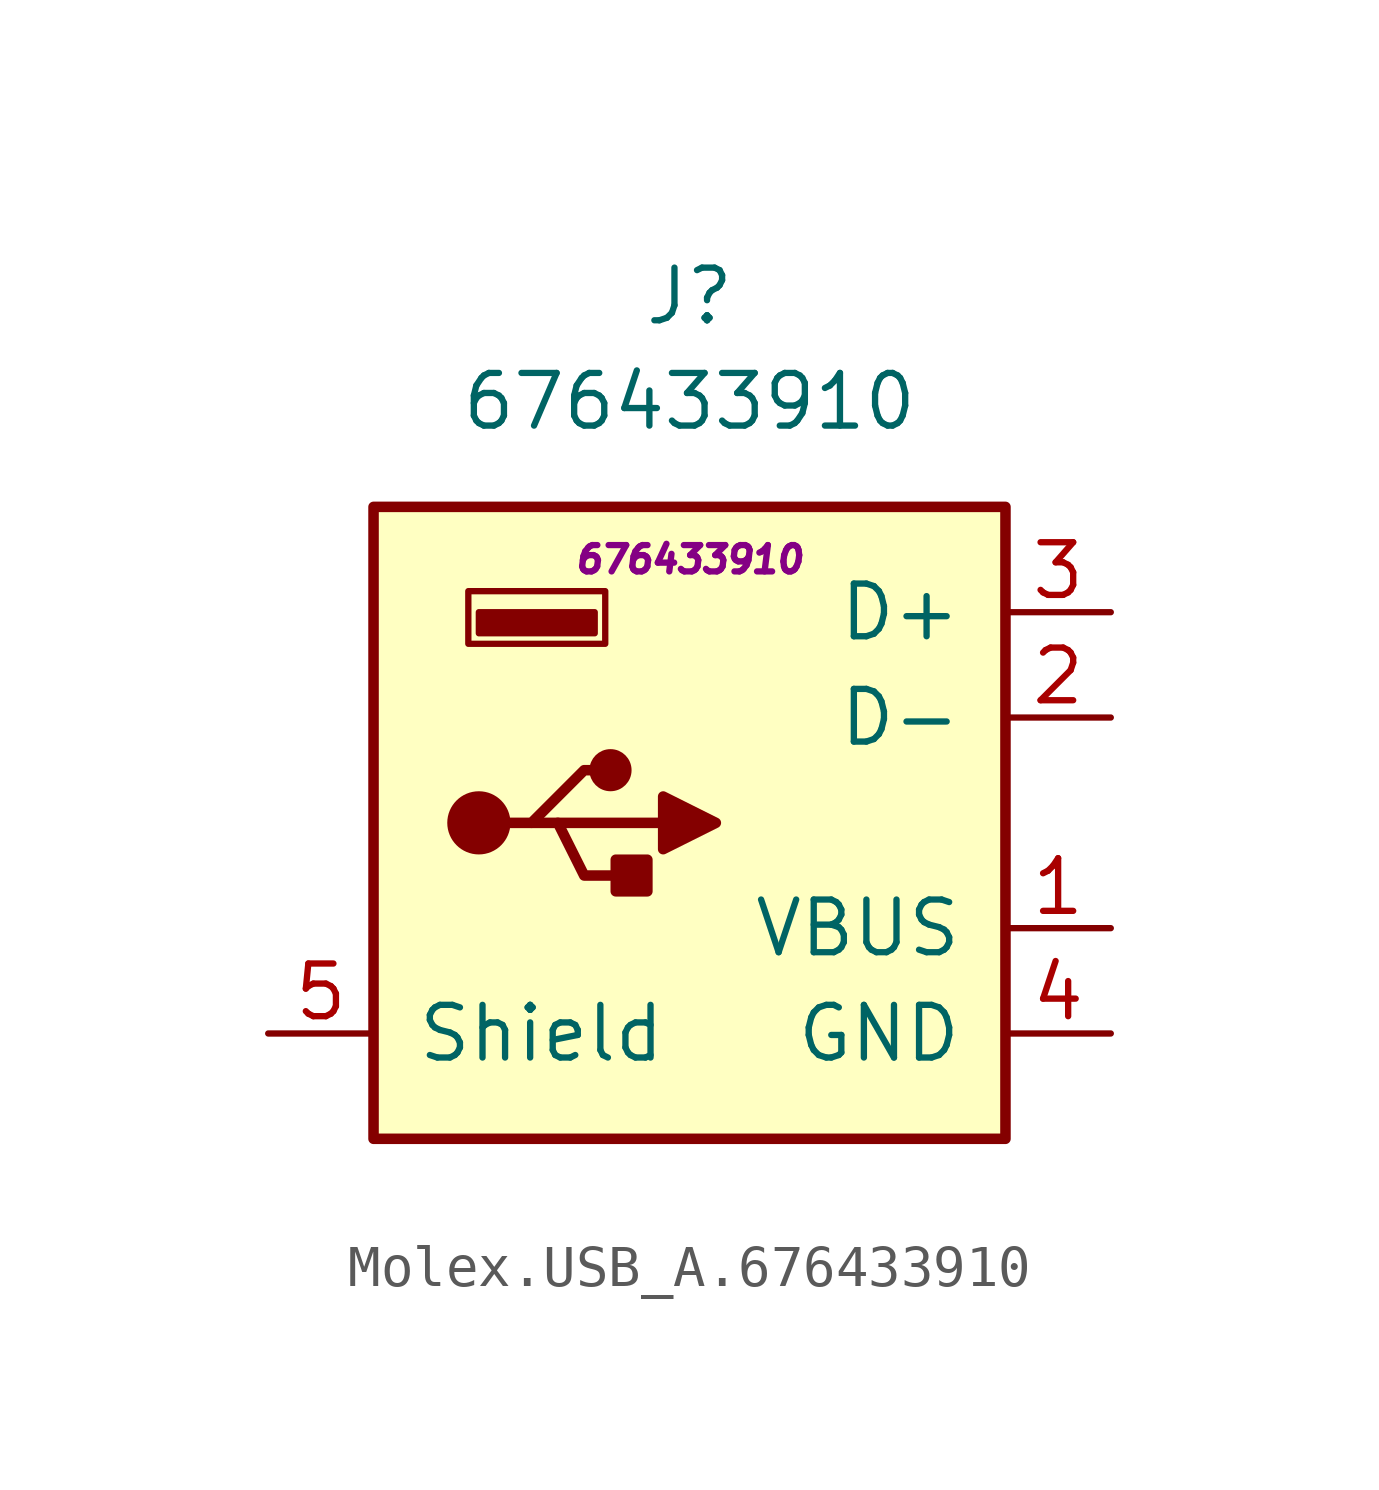
<source format=kicad_sym>
(kicad_symbol_lib
  (version 20220914)
  (generator kicad_symbol_editor)
  (symbol "Molex.USB_A.676433910"
    (pin_names
      (offset 1.016))
    (property "Reference" "J"
      (at 0 12.7 0)
      (effects (font (size 1.27 1.27))))
    (property "Value" "676433910"
      (at 0 10.16 0)
      (effects (font (size 1.27 1.27))))
    (property "ID" "676433910"
      (at 0 6.35 0)
      (do_not_autoplace)
      (effects (font (size 0.635 0.635) italic)))
    (symbol "Molex.USB_A.676433910_0_1"
      (rectangle (start -7.62 7.62) (end 7.62 -7.62) (stroke (width 0.254) (type default)) (fill (type background)))
      (circle (center -5.08 0) (radius 0.635) (stroke (width 0.254) (type default)) (fill (type outline)))
      (rectangle (start -5.08 5.08) (end -2.286 4.572) (stroke (width 0) (type default)) (fill (type outline)))
      (rectangle (start -2.032 4.318) (end -5.334 5.588) (stroke (width 0) (type default)) (fill (type none)))
      (circle (center -1.905 1.27) (radius 0.381) (stroke (width 0.254) (type default)) (fill (type outline)))
      (rectangle (start -1.016 -0.889) (end -1.778 -1.651) (stroke (width 0.254) (type default)) (fill (type outline)))
      (polyline (pts (xy -4.445 0) (xy -3.81 0) (xy -2.54 1.27) (xy -1.905 1.27)) (stroke (width 0.254) (type default)) (fill (type none)))
      (polyline (pts (xy -3.81 0) (xy -3.175 0) (xy -2.54 -1.27) (xy -1.27 -1.27)) (stroke (width 0.254) (type default)) (fill (type none)))
      (polyline (pts (xy -0.635 0.635) (xy -0.635 -0.635) (xy 0.635 0) (xy -0.635 0.635)) (stroke (width 0.254) (type default)) (fill (type outline))))
    (symbol "Molex.USB_A.676433910_1_1"
      (polyline (pts (xy -3.175 0) (xy -0.635 0)) (stroke (width 0.254) (type default)) (fill (type none)))
      (pin power_in line (at 10.16 -2.54 180) (length 2.54) (name "VBUS" (effects (font (size 1.27 1.27)))) (number "1" (effects (font (size 1.27 1.27)))))
      (pin bidirectional line (at 10.16 2.54 180) (length 2.54) (name "D-" (effects (font (size 1.27 1.27)))) (number "2" (effects (font (size 1.27 1.27)))))
      (pin bidirectional line (at 10.16 5.08 180) (length 2.54) (name "D+" (effects (font (size 1.27 1.27)))) (number "3" (effects (font (size 1.27 1.27)))))
      (pin power_in line (at 10.16 -5.08 180) (length 2.54) (name "GND" (effects (font (size 1.27 1.27)))) (number "4" (effects (font (size 1.27 1.27)))))
      (pin passive line (at -10.16 -5.08 0) (length 2.54) (name "Shield" (effects (font (size 1.27 1.27)))) (number "5" (effects (font (size 1.27 1.27))))))))
</source>
